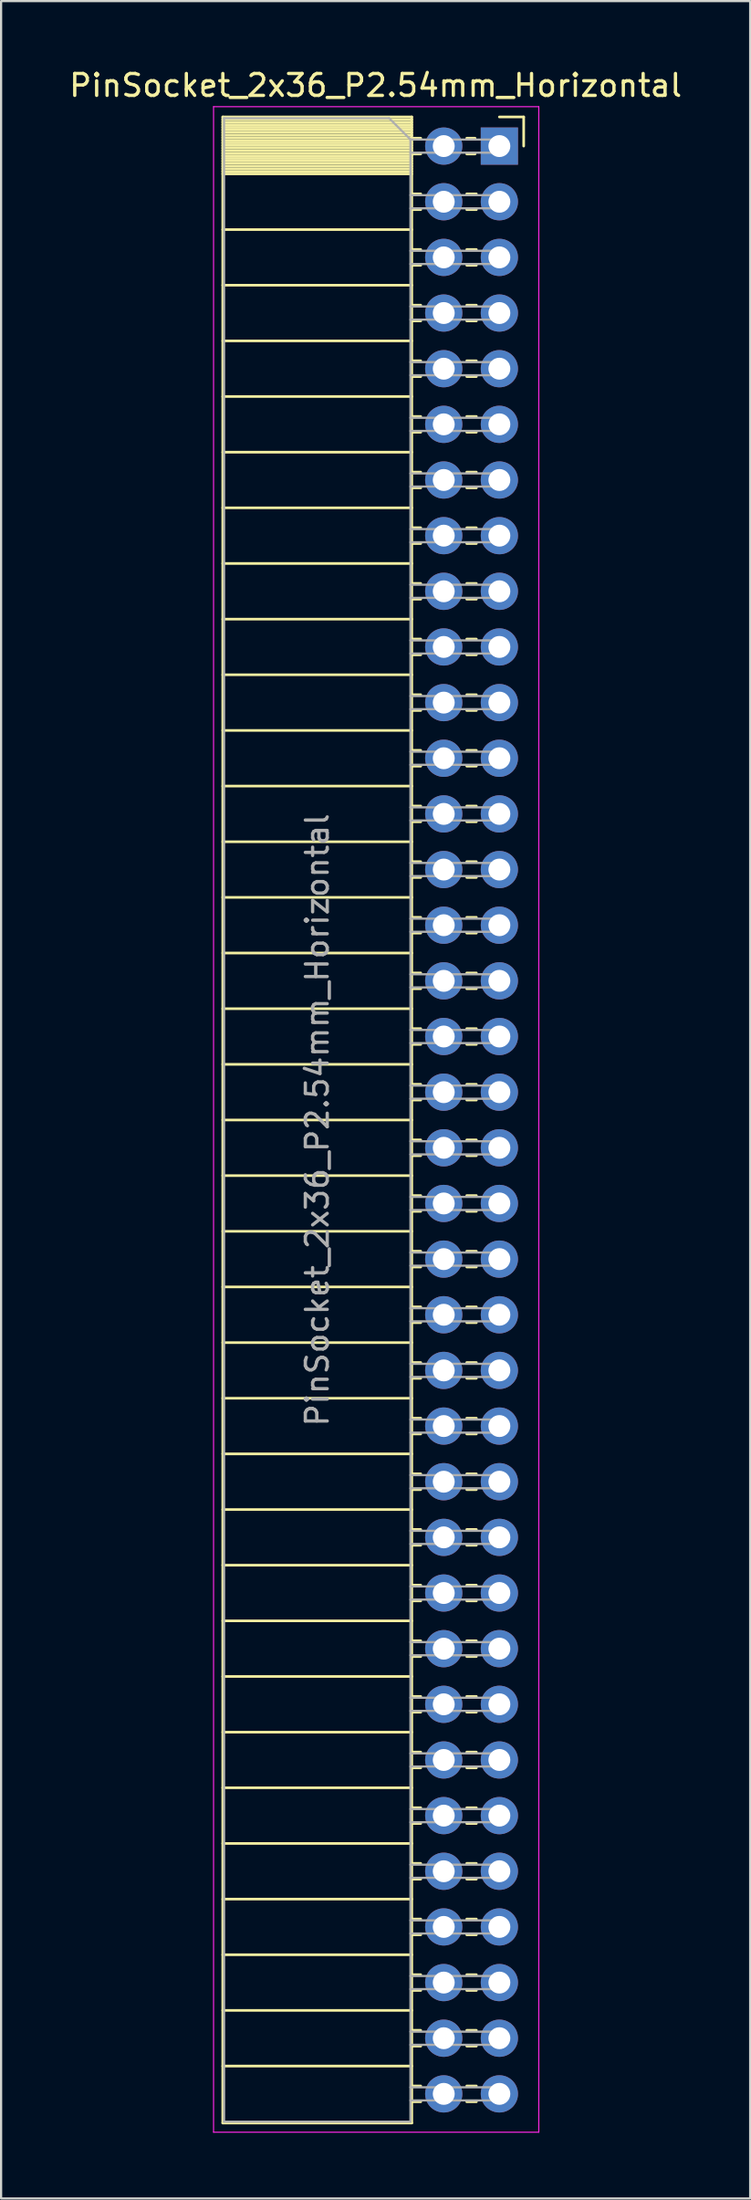
<source format=kicad_pcb>
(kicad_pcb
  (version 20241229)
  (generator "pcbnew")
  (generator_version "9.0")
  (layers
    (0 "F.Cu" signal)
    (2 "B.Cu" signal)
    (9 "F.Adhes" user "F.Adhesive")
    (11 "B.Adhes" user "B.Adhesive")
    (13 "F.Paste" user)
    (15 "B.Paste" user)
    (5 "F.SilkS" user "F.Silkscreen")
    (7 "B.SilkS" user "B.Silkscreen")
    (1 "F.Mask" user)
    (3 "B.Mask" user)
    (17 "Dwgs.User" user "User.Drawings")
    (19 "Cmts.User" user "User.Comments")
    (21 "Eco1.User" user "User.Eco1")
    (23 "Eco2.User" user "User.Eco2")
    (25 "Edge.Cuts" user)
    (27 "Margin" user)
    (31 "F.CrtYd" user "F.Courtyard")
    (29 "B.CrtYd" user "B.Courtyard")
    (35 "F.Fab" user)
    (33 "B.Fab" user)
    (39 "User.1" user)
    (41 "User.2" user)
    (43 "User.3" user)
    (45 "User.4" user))
  (footprint "PinSocket_2x36_P2.54mm_Horizontal"
    (layer "F.Cu")
    (at 19.751 3.618)
    (property "Reference" "PinSocket_2x36_P2.54mm_Horizontal" (at -5.65 -2.77 0) (layer "F.SilkS") (effects (font (size 1 1) (thickness 0.15))))
    (attr through_hole)
    (fp_line (start -12.63 -1.33) (end -12.63 90.23) (stroke (width 0.12) (type solid)) (layer "F.SilkS"))
    (fp_line (start -12.63 -1.33) (end -4 -1.33) (stroke (width 0.12) (type solid)) (layer "F.SilkS"))
    (fp_line (start -12.63 -1.21) (end -4 -1.21) (stroke (width 0.12) (type solid)) (layer "F.SilkS"))
    (fp_line (start -12.63 -1.092) (end -4 -1.092) (stroke (width 0.12) (type solid)) (layer "F.SilkS"))
    (fp_line (start -12.63 -0.974) (end -4 -0.974) (stroke (width 0.12) (type solid)) (layer "F.SilkS"))
    (fp_line (start -12.63 -0.856) (end -4 -0.856) (stroke (width 0.12) (type solid)) (layer "F.SilkS"))
    (fp_line (start -12.63 -0.738) (end -4 -0.738) (stroke (width 0.12) (type solid)) (layer "F.SilkS"))
    (fp_line (start -12.63 -0.62) (end -4 -0.62) (stroke (width 0.12) (type solid)) (layer "F.SilkS"))
    (fp_line (start -12.63 -0.501) (end -4 -0.501) (stroke (width 0.12) (type solid)) (layer "F.SilkS"))
    (fp_line (start -12.63 -0.383) (end -4 -0.383) (stroke (width 0.12) (type solid)) (layer "F.SilkS"))
    (fp_line (start -12.63 -0.265) (end -4 -0.265) (stroke (width 0.12) (type solid)) (layer "F.SilkS"))
    (fp_line (start -12.63 -0.147) (end -4 -0.147) (stroke (width 0.12) (type solid)) (layer "F.SilkS"))
    (fp_line (start -12.63 -0.029) (end -4 -0.029) (stroke (width 0.12) (type solid)) (layer "F.SilkS"))
    (fp_line (start -12.63 0.089) (end -4 0.089) (stroke (width 0.12) (type solid)) (layer "F.SilkS"))
    (fp_line (start -12.63 0.207) (end -4 0.207) (stroke (width 0.12) (type solid)) (layer "F.SilkS"))
    (fp_line (start -12.63 0.325) (end -4 0.325) (stroke (width 0.12) (type solid)) (layer "F.SilkS"))
    (fp_line (start -12.63 0.443) (end -4 0.443) (stroke (width 0.12) (type solid)) (layer "F.SilkS"))
    (fp_line (start -12.63 0.561) (end -4 0.561) (stroke (width 0.12) (type solid)) (layer "F.SilkS"))
    (fp_line (start -12.63 0.68) (end -4 0.68) (stroke (width 0.12) (type solid)) (layer "F.SilkS"))
    (fp_line (start -12.63 0.798) (end -4 0.798) (stroke (width 0.12) (type solid)) (layer "F.SilkS"))
    (fp_line (start -12.63 0.916) (end -4 0.916) (stroke (width 0.12) (type solid)) (layer "F.SilkS"))
    (fp_line (start -12.63 1.034) (end -4 1.034) (stroke (width 0.12) (type solid)) (layer "F.SilkS"))
    (fp_line (start -12.63 1.152) (end -4 1.152) (stroke (width 0.12) (type solid)) (layer "F.SilkS"))
    (fp_line (start -12.63 1.27) (end -4 1.27) (stroke (width 0.12) (type solid)) (layer "F.SilkS"))
    (fp_line (start -12.63 3.81) (end -4 3.81) (stroke (width 0.12) (type solid)) (layer "F.SilkS"))
    (fp_line (start -12.63 6.35) (end -4 6.35) (stroke (width 0.12) (type solid)) (layer "F.SilkS"))
    (fp_line (start -12.63 8.89) (end -4 8.89) (stroke (width 0.12) (type solid)) (layer "F.SilkS"))
    (fp_line (start -12.63 11.43) (end -4 11.43) (stroke (width 0.12) (type solid)) (layer "F.SilkS"))
    (fp_line (start -12.63 13.97) (end -4 13.97) (stroke (width 0.12) (type solid)) (layer "F.SilkS"))
    (fp_line (start -12.63 16.51) (end -4 16.51) (stroke (width 0.12) (type solid)) (layer "F.SilkS"))
    (fp_line (start -12.63 19.05) (end -4 19.05) (stroke (width 0.12) (type solid)) (layer "F.SilkS"))
    (fp_line (start -12.63 21.59) (end -4 21.59) (stroke (width 0.12) (type solid)) (layer "F.SilkS"))
    (fp_line (start -12.63 24.13) (end -4 24.13) (stroke (width 0.12) (type solid)) (layer "F.SilkS"))
    (fp_line (start -12.63 26.67) (end -4 26.67) (stroke (width 0.12) (type solid)) (layer "F.SilkS"))
    (fp_line (start -12.63 29.21) (end -4 29.21) (stroke (width 0.12) (type solid)) (layer "F.SilkS"))
    (fp_line (start -12.63 31.75) (end -4 31.75) (stroke (width 0.12) (type solid)) (layer "F.SilkS"))
    (fp_line (start -12.63 34.29) (end -4 34.29) (stroke (width 0.12) (type solid)) (layer "F.SilkS"))
    (fp_line (start -12.63 36.83) (end -4 36.83) (stroke (width 0.12) (type solid)) (layer "F.SilkS"))
    (fp_line (start -12.63 39.37) (end -4 39.37) (stroke (width 0.12) (type solid)) (layer "F.SilkS"))
    (fp_line (start -12.63 41.91) (end -4 41.91) (stroke (width 0.12) (type solid)) (layer "F.SilkS"))
    (fp_line (start -12.63 44.45) (end -4 44.45) (stroke (width 0.12) (type solid)) (layer "F.SilkS"))
    (fp_line (start -12.63 46.99) (end -4 46.99) (stroke (width 0.12) (type solid)) (layer "F.SilkS"))
    (fp_line (start -12.63 49.53) (end -4 49.53) (stroke (width 0.12) (type solid)) (layer "F.SilkS"))
    (fp_line (start -12.63 52.07) (end -4 52.07) (stroke (width 0.12) (type solid)) (layer "F.SilkS"))
    (fp_line (start -12.63 54.61) (end -4 54.61) (stroke (width 0.12) (type solid)) (layer "F.SilkS"))
    (fp_line (start -12.63 57.15) (end -4 57.15) (stroke (width 0.12) (type solid)) (layer "F.SilkS"))
    (fp_line (start -12.63 59.69) (end -4 59.69) (stroke (width 0.12) (type solid)) (layer "F.SilkS"))
    (fp_line (start -12.63 62.23) (end -4 62.23) (stroke (width 0.12) (type solid)) (layer "F.SilkS"))
    (fp_line (start -12.63 64.77) (end -4 64.77) (stroke (width 0.12) (type solid)) (layer "F.SilkS"))
    (fp_line (start -12.63 67.31) (end -4 67.31) (stroke (width 0.12) (type solid)) (layer "F.SilkS"))
    (fp_line (start -12.63 69.85) (end -4 69.85) (stroke (width 0.12) (type solid)) (layer "F.SilkS"))
    (fp_line (start -12.63 72.39) (end -4 72.39) (stroke (width 0.12) (type solid)) (layer "F.SilkS"))
    (fp_line (start -12.63 74.93) (end -4 74.93) (stroke (width 0.12) (type solid)) (layer "F.SilkS"))
    (fp_line (start -12.63 77.47) (end -4 77.47) (stroke (width 0.12) (type solid)) (layer "F.SilkS"))
    (fp_line (start -12.63 80.01) (end -4 80.01) (stroke (width 0.12) (type solid)) (layer "F.SilkS"))
    (fp_line (start -12.63 82.55) (end -4 82.55) (stroke (width 0.12) (type solid)) (layer "F.SilkS"))
    (fp_line (start -12.63 85.09) (end -4 85.09) (stroke (width 0.12) (type solid)) (layer "F.SilkS"))
    (fp_line (start -12.63 87.63) (end -4 87.63) (stroke (width 0.12) (type solid)) (layer "F.SilkS"))
    (fp_line (start -12.63 90.23) (end -4 90.23) (stroke (width 0.12) (type solid)) (layer "F.SilkS"))
    (fp_line (start -4 -1.33) (end -4 90.23) (stroke (width 0.12) (type solid)) (layer "F.SilkS"))
    (fp_line (start -4 -0.36) (end -3.59 -0.36) (stroke (width 0.12) (type solid)) (layer "F.SilkS"))
    (fp_line (start -4 0.36) (end -3.59 0.36) (stroke (width 0.12) (type solid)) (layer "F.SilkS"))
    (fp_line (start -4 2.18) (end -3.59 2.18) (stroke (width 0.12) (type solid)) (layer "F.SilkS"))
    (fp_line (start -4 2.9) (end -3.59 2.9) (stroke (width 0.12) (type solid)) (layer "F.SilkS"))
    (fp_line (start -4 4.72) (end -3.59 4.72) (stroke (width 0.12) (type solid)) (layer "F.SilkS"))
    (fp_line (start -4 5.44) (end -3.59 5.44) (stroke (width 0.12) (type solid)) (layer "F.SilkS"))
    (fp_line (start -4 7.26) (end -3.59 7.26) (stroke (width 0.12) (type solid)) (layer "F.SilkS"))
    (fp_line (start -4 7.98) (end -3.59 7.98) (stroke (width 0.12) (type solid)) (layer "F.SilkS"))
    (fp_line (start -4 9.8) (end -3.59 9.8) (stroke (width 0.12) (type solid)) (layer "F.SilkS"))
    (fp_line (start -4 10.52) (end -3.59 10.52) (stroke (width 0.12) (type solid)) (layer "F.SilkS"))
    (fp_line (start -4 12.34) (end -3.59 12.34) (stroke (width 0.12) (type solid)) (layer "F.SilkS"))
    (fp_line (start -4 13.06) (end -3.59 13.06) (stroke (width 0.12) (type solid)) (layer "F.SilkS"))
    (fp_line (start -4 14.88) (end -3.59 14.88) (stroke (width 0.12) (type solid)) (layer "F.SilkS"))
    (fp_line (start -4 15.6) (end -3.59 15.6) (stroke (width 0.12) (type solid)) (layer "F.SilkS"))
    (fp_line (start -4 17.42) (end -3.59 17.42) (stroke (width 0.12) (type solid)) (layer "F.SilkS"))
    (fp_line (start -4 18.14) (end -3.59 18.14) (stroke (width 0.12) (type solid)) (layer "F.SilkS"))
    (fp_line (start -4 19.96) (end -3.59 19.96) (stroke (width 0.12) (type solid)) (layer "F.SilkS"))
    (fp_line (start -4 20.68) (end -3.59 20.68) (stroke (width 0.12) (type solid)) (layer "F.SilkS"))
    (fp_line (start -4 22.5) (end -3.59 22.5) (stroke (width 0.12) (type solid)) (layer "F.SilkS"))
    (fp_line (start -4 23.22) (end -3.59 23.22) (stroke (width 0.12) (type solid)) (layer "F.SilkS"))
    (fp_line (start -4 25.04) (end -3.59 25.04) (stroke (width 0.12) (type solid)) (layer "F.SilkS"))
    (fp_line (start -4 25.76) (end -3.59 25.76) (stroke (width 0.12) (type solid)) (layer "F.SilkS"))
    (fp_line (start -4 27.58) (end -3.59 27.58) (stroke (width 0.12) (type solid)) (layer "F.SilkS"))
    (fp_line (start -4 28.3) (end -3.59 28.3) (stroke (width 0.12) (type solid)) (layer "F.SilkS"))
    (fp_line (start -4 30.12) (end -3.59 30.12) (stroke (width 0.12) (type solid)) (layer "F.SilkS"))
    (fp_line (start -4 30.84) (end -3.59 30.84) (stroke (width 0.12) (type solid)) (layer "F.SilkS"))
    (fp_line (start -4 32.66) (end -3.59 32.66) (stroke (width 0.12) (type solid)) (layer "F.SilkS"))
    (fp_line (start -4 33.38) (end -3.59 33.38) (stroke (width 0.12) (type solid)) (layer "F.SilkS"))
    (fp_line (start -4 35.2) (end -3.59 35.2) (stroke (width 0.12) (type solid)) (layer "F.SilkS"))
    (fp_line (start -4 35.92) (end -3.59 35.92) (stroke (width 0.12) (type solid)) (layer "F.SilkS"))
    (fp_line (start -4 37.74) (end -3.59 37.74) (stroke (width 0.12) (type solid)) (layer "F.SilkS"))
    (fp_line (start -4 38.46) (end -3.59 38.46) (stroke (width 0.12) (type solid)) (layer "F.SilkS"))
    (fp_line (start -4 40.28) (end -3.59 40.28) (stroke (width 0.12) (type solid)) (layer "F.SilkS"))
    (fp_line (start -4 41) (end -3.59 41) (stroke (width 0.12) (type solid)) (layer "F.SilkS"))
    (fp_line (start -4 42.82) (end -3.59 42.82) (stroke (width 0.12) (type solid)) (layer "F.SilkS"))
    (fp_line (start -4 43.54) (end -3.59 43.54) (stroke (width 0.12) (type solid)) (layer "F.SilkS"))
    (fp_line (start -4 45.36) (end -3.59 45.36) (stroke (width 0.12) (type solid)) (layer "F.SilkS"))
    (fp_line (start -4 46.08) (end -3.59 46.08) (stroke (width 0.12) (type solid)) (layer "F.SilkS"))
    (fp_line (start -4 47.9) (end -3.59 47.9) (stroke (width 0.12) (type solid)) (layer "F.SilkS"))
    (fp_line (start -4 48.62) (end -3.59 48.62) (stroke (width 0.12) (type solid)) (layer "F.SilkS"))
    (fp_line (start -4 50.44) (end -3.59 50.44) (stroke (width 0.12) (type solid)) (layer "F.SilkS"))
    (fp_line (start -4 51.16) (end -3.59 51.16) (stroke (width 0.12) (type solid)) (layer "F.SilkS"))
    (fp_line (start -4 52.98) (end -3.59 52.98) (stroke (width 0.12) (type solid)) (layer "F.SilkS"))
    (fp_line (start -4 53.7) (end -3.59 53.7) (stroke (width 0.12) (type solid)) (layer "F.SilkS"))
    (fp_line (start -4 55.52) (end -3.59 55.52) (stroke (width 0.12) (type solid)) (layer "F.SilkS"))
    (fp_line (start -4 56.24) (end -3.59 56.24) (stroke (width 0.12) (type solid)) (layer "F.SilkS"))
    (fp_line (start -4 58.06) (end -3.59 58.06) (stroke (width 0.12) (type solid)) (layer "F.SilkS"))
    (fp_line (start -4 58.78) (end -3.59 58.78) (stroke (width 0.12) (type solid)) (layer "F.SilkS"))
    (fp_line (start -4 60.6) (end -3.59 60.6) (stroke (width 0.12) (type solid)) (layer "F.SilkS"))
    (fp_line (start -4 61.32) (end -3.59 61.32) (stroke (width 0.12) (type solid)) (layer "F.SilkS"))
    (fp_line (start -4 63.14) (end -3.59 63.14) (stroke (width 0.12) (type solid)) (layer "F.SilkS"))
    (fp_line (start -4 63.86) (end -3.59 63.86) (stroke (width 0.12) (type solid)) (layer "F.SilkS"))
    (fp_line (start -4 65.68) (end -3.59 65.68) (stroke (width 0.12) (type solid)) (layer "F.SilkS"))
    (fp_line (start -4 66.4) (end -3.59 66.4) (stroke (width 0.12) (type solid)) (layer "F.SilkS"))
    (fp_line (start -4 68.22) (end -3.59 68.22) (stroke (width 0.12) (type solid)) (layer "F.SilkS"))
    (fp_line (start -4 68.94) (end -3.59 68.94) (stroke (width 0.12) (type solid)) (layer "F.SilkS"))
    (fp_line (start -4 70.76) (end -3.59 70.76) (stroke (width 0.12) (type solid)) (layer "F.SilkS"))
    (fp_line (start -4 71.48) (end -3.59 71.48) (stroke (width 0.12) (type solid)) (layer "F.SilkS"))
    (fp_line (start -4 73.3) (end -3.59 73.3) (stroke (width 0.12) (type solid)) (layer "F.SilkS"))
    (fp_line (start -4 74.02) (end -3.59 74.02) (stroke (width 0.12) (type solid)) (layer "F.SilkS"))
    (fp_line (start -4 75.84) (end -3.59 75.84) (stroke (width 0.12) (type solid)) (layer "F.SilkS"))
    (fp_line (start -4 76.56) (end -3.59 76.56) (stroke (width 0.12) (type solid)) (layer "F.SilkS"))
    (fp_line (start -4 78.38) (end -3.59 78.38) (stroke (width 0.12) (type solid)) (layer "F.SilkS"))
    (fp_line (start -4 79.1) (end -3.59 79.1) (stroke (width 0.12) (type solid)) (layer "F.SilkS"))
    (fp_line (start -4 80.92) (end -3.59 80.92) (stroke (width 0.12) (type solid)) (layer "F.SilkS"))
    (fp_line (start -4 81.64) (end -3.59 81.64) (stroke (width 0.12) (type solid)) (layer "F.SilkS"))
    (fp_line (start -4 83.46) (end -3.59 83.46) (stroke (width 0.12) (type solid)) (layer "F.SilkS"))
    (fp_line (start -4 84.18) (end -3.59 84.18) (stroke (width 0.12) (type solid)) (layer "F.SilkS"))
    (fp_line (start -4 86) (end -3.59 86) (stroke (width 0.12) (type solid)) (layer "F.SilkS"))
    (fp_line (start -4 86.72) (end -3.59 86.72) (stroke (width 0.12) (type solid)) (layer "F.SilkS"))
    (fp_line (start -4 88.54) (end -3.59 88.54) (stroke (width 0.12) (type solid)) (layer "F.SilkS"))
    (fp_line (start -4 89.26) (end -3.59 89.26) (stroke (width 0.12) (type solid)) (layer "F.SilkS"))
    (fp_line (start -1.49 -0.36) (end -1.11 -0.36) (stroke (width 0.12) (type solid)) (layer "F.SilkS"))
    (fp_line (start -1.49 0.36) (end -1.11 0.36) (stroke (width 0.12) (type solid)) (layer "F.SilkS"))
    (fp_line (start -1.49 2.18) (end -1.05 2.18) (stroke (width 0.12) (type solid)) (layer "F.SilkS"))
    (fp_line (start -1.49 2.9) (end -1.05 2.9) (stroke (width 0.12) (type solid)) (layer "F.SilkS"))
    (fp_line (start -1.49 4.72) (end -1.05 4.72) (stroke (width 0.12) (type solid)) (layer "F.SilkS"))
    (fp_line (start -1.49 5.44) (end -1.05 5.44) (stroke (width 0.12) (type solid)) (layer "F.SilkS"))
    (fp_line (start -1.49 7.26) (end -1.05 7.26) (stroke (width 0.12) (type solid)) (layer "F.SilkS"))
    (fp_line (start -1.49 7.98) (end -1.05 7.98) (stroke (width 0.12) (type solid)) (layer "F.SilkS"))
    (fp_line (start -1.49 9.8) (end -1.05 9.8) (stroke (width 0.12) (type solid)) (layer "F.SilkS"))
    (fp_line (start -1.49 10.52) (end -1.05 10.52) (stroke (width 0.12) (type solid)) (layer "F.SilkS"))
    (fp_line (start -1.49 12.34) (end -1.05 12.34) (stroke (width 0.12) (type solid)) (layer "F.SilkS"))
    (fp_line (start -1.49 13.06) (end -1.05 13.06) (stroke (width 0.12) (type solid)) (layer "F.SilkS"))
    (fp_line (start -1.49 14.88) (end -1.05 14.88) (stroke (width 0.12) (type solid)) (layer "F.SilkS"))
    (fp_line (start -1.49 15.6) (end -1.05 15.6) (stroke (width 0.12) (type solid)) (layer "F.SilkS"))
    (fp_line (start -1.49 17.42) (end -1.05 17.42) (stroke (width 0.12) (type solid)) (layer "F.SilkS"))
    (fp_line (start -1.49 18.14) (end -1.05 18.14) (stroke (width 0.12) (type solid)) (layer "F.SilkS"))
    (fp_line (start -1.49 19.96) (end -1.05 19.96) (stroke (width 0.12) (type solid)) (layer "F.SilkS"))
    (fp_line (start -1.49 20.68) (end -1.05 20.68) (stroke (width 0.12) (type solid)) (layer "F.SilkS"))
    (fp_line (start -1.49 22.5) (end -1.05 22.5) (stroke (width 0.12) (type solid)) (layer "F.SilkS"))
    (fp_line (start -1.49 23.22) (end -1.05 23.22) (stroke (width 0.12) (type solid)) (layer "F.SilkS"))
    (fp_line (start -1.49 25.04) (end -1.05 25.04) (stroke (width 0.12) (type solid)) (layer "F.SilkS"))
    (fp_line (start -1.49 25.76) (end -1.05 25.76) (stroke (width 0.12) (type solid)) (layer "F.SilkS"))
    (fp_line (start -1.49 27.58) (end -1.05 27.58) (stroke (width 0.12) (type solid)) (layer "F.SilkS"))
    (fp_line (start -1.49 28.3) (end -1.05 28.3) (stroke (width 0.12) (type solid)) (layer "F.SilkS"))
    (fp_line (start -1.49 30.12) (end -1.05 30.12) (stroke (width 0.12) (type solid)) (layer "F.SilkS"))
    (fp_line (start -1.49 30.84) (end -1.05 30.84) (stroke (width 0.12) (type solid)) (layer "F.SilkS"))
    (fp_line (start -1.49 32.66) (end -1.05 32.66) (stroke (width 0.12) (type solid)) (layer "F.SilkS"))
    (fp_line (start -1.49 33.38) (end -1.05 33.38) (stroke (width 0.12) (type solid)) (layer "F.SilkS"))
    (fp_line (start -1.49 35.2) (end -1.05 35.2) (stroke (width 0.12) (type solid)) (layer "F.SilkS"))
    (fp_line (start -1.49 35.92) (end -1.05 35.92) (stroke (width 0.12) (type solid)) (layer "F.SilkS"))
    (fp_line (start -1.49 37.74) (end -1.05 37.74) (stroke (width 0.12) (type solid)) (layer "F.SilkS"))
    (fp_line (start -1.49 38.46) (end -1.05 38.46) (stroke (width 0.12) (type solid)) (layer "F.SilkS"))
    (fp_line (start -1.49 40.28) (end -1.05 40.28) (stroke (width 0.12) (type solid)) (layer "F.SilkS"))
    (fp_line (start -1.49 41) (end -1.05 41) (stroke (width 0.12) (type solid)) (layer "F.SilkS"))
    (fp_line (start -1.49 42.82) (end -1.05 42.82) (stroke (width 0.12) (type solid)) (layer "F.SilkS"))
    (fp_line (start -1.49 43.54) (end -1.05 43.54) (stroke (width 0.12) (type solid)) (layer "F.SilkS"))
    (fp_line (start -1.49 45.36) (end -1.05 45.36) (stroke (width 0.12) (type solid)) (layer "F.SilkS"))
    (fp_line (start -1.49 46.08) (end -1.05 46.08) (stroke (width 0.12) (type solid)) (layer "F.SilkS"))
    (fp_line (start -1.49 47.9) (end -1.05 47.9) (stroke (width 0.12) (type solid)) (layer "F.SilkS"))
    (fp_line (start -1.49 48.62) (end -1.05 48.62) (stroke (width 0.12) (type solid)) (layer "F.SilkS"))
    (fp_line (start -1.49 50.44) (end -1.05 50.44) (stroke (width 0.12) (type solid)) (layer "F.SilkS"))
    (fp_line (start -1.49 51.16) (end -1.05 51.16) (stroke (width 0.12) (type solid)) (layer "F.SilkS"))
    (fp_line (start -1.49 52.98) (end -1.05 52.98) (stroke (width 0.12) (type solid)) (layer "F.SilkS"))
    (fp_line (start -1.49 53.7) (end -1.05 53.7) (stroke (width 0.12) (type solid)) (layer "F.SilkS"))
    (fp_line (start -1.49 55.52) (end -1.05 55.52) (stroke (width 0.12) (type solid)) (layer "F.SilkS"))
    (fp_line (start -1.49 56.24) (end -1.05 56.24) (stroke (width 0.12) (type solid)) (layer "F.SilkS"))
    (fp_line (start -1.49 58.06) (end -1.05 58.06) (stroke (width 0.12) (type solid)) (layer "F.SilkS"))
    (fp_line (start -1.49 58.78) (end -1.05 58.78) (stroke (width 0.12) (type solid)) (layer "F.SilkS"))
    (fp_line (start -1.49 60.6) (end -1.05 60.6) (stroke (width 0.12) (type solid)) (layer "F.SilkS"))
    (fp_line (start -1.49 61.32) (end -1.05 61.32) (stroke (width 0.12) (type solid)) (layer "F.SilkS"))
    (fp_line (start -1.49 63.14) (end -1.05 63.14) (stroke (width 0.12) (type solid)) (layer "F.SilkS"))
    (fp_line (start -1.49 63.86) (end -1.05 63.86) (stroke (width 0.12) (type solid)) (layer "F.SilkS"))
    (fp_line (start -1.49 65.68) (end -1.05 65.68) (stroke (width 0.12) (type solid)) (layer "F.SilkS"))
    (fp_line (start -1.49 66.4) (end -1.05 66.4) (stroke (width 0.12) (type solid)) (layer "F.SilkS"))
    (fp_line (start -1.49 68.22) (end -1.05 68.22) (stroke (width 0.12) (type solid)) (layer "F.SilkS"))
    (fp_line (start -1.49 68.94) (end -1.05 68.94) (stroke (width 0.12) (type solid)) (layer "F.SilkS"))
    (fp_line (start -1.49 70.76) (end -1.05 70.76) (stroke (width 0.12) (type solid)) (layer "F.SilkS"))
    (fp_line (start -1.49 71.48) (end -1.05 71.48) (stroke (width 0.12) (type solid)) (layer "F.SilkS"))
    (fp_line (start -1.49 73.3) (end -1.05 73.3) (stroke (width 0.12) (type solid)) (layer "F.SilkS"))
    (fp_line (start -1.49 74.02) (end -1.05 74.02) (stroke (width 0.12) (type solid)) (layer "F.SilkS"))
    (fp_line (start -1.49 75.84) (end -1.05 75.84) (stroke (width 0.12) (type solid)) (layer "F.SilkS"))
    (fp_line (start -1.49 76.56) (end -1.05 76.56) (stroke (width 0.12) (type solid)) (layer "F.SilkS"))
    (fp_line (start -1.49 78.38) (end -1.05 78.38) (stroke (width 0.12) (type solid)) (layer "F.SilkS"))
    (fp_line (start -1.49 79.1) (end -1.05 79.1) (stroke (width 0.12) (type solid)) (layer "F.SilkS"))
    (fp_line (start -1.49 80.92) (end -1.05 80.92) (stroke (width 0.12) (type solid)) (layer "F.SilkS"))
    (fp_line (start -1.49 81.64) (end -1.05 81.64) (stroke (width 0.12) (type solid)) (layer "F.SilkS"))
    (fp_line (start -1.49 83.46) (end -1.05 83.46) (stroke (width 0.12) (type solid)) (layer "F.SilkS"))
    (fp_line (start -1.49 84.18) (end -1.05 84.18) (stroke (width 0.12) (type solid)) (layer "F.SilkS"))
    (fp_line (start -1.49 86) (end -1.05 86) (stroke (width 0.12) (type solid)) (layer "F.SilkS"))
    (fp_line (start -1.49 86.72) (end -1.05 86.72) (stroke (width 0.12) (type solid)) (layer "F.SilkS"))
    (fp_line (start -1.49 88.54) (end -1.05 88.54) (stroke (width 0.12) (type solid)) (layer "F.SilkS"))
    (fp_line (start -1.49 89.26) (end -1.05 89.26) (stroke (width 0.12) (type solid)) (layer "F.SilkS"))
    (fp_line (start 0 -1.33) (end 1.11 -1.33) (stroke (width 0.12) (type solid)) (layer "F.SilkS"))
    (fp_line (start 1.11 -1.33) (end 1.11 0) (stroke (width 0.12) (type solid)) (layer "F.SilkS"))
    (fp_line (start -13.05 -1.8) (end -13.05 90.65) (stroke (width 0.05) (type solid)) (layer "F.CrtYd"))
    (fp_line (start -13.05 90.65) (end 1.8 90.65) (stroke (width 0.05) (type solid)) (layer "F.CrtYd"))
    (fp_line (start 1.8 -1.8) (end -13.05 -1.8) (stroke (width 0.05) (type solid)) (layer "F.CrtYd"))
    (fp_line (start 1.8 90.65) (end 1.8 -1.8) (stroke (width 0.05) (type solid)) (layer "F.CrtYd"))
    (fp_line (start -12.57 -1.27) (end -5.03 -1.27) (stroke (width 0.1) (type solid)) (layer "F.Fab"))
    (fp_line (start -12.57 90.17) (end -12.57 -1.27) (stroke (width 0.1) (type solid)) (layer "F.Fab"))
    (fp_line (start -5.03 -1.27) (end -4.06 -0.3) (stroke (width 0.1) (type solid)) (layer "F.Fab"))
    (fp_line (start -4.06 -0.3) (end -4.06 90.17) (stroke (width 0.1) (type solid)) (layer "F.Fab"))
    (fp_line (start -4.06 0.3) (end 0 0.3) (stroke (width 0.1) (type solid)) (layer "F.Fab"))
    (fp_line (start -4.06 2.84) (end 0 2.84) (stroke (width 0.1) (type solid)) (layer "F.Fab"))
    (fp_line (start -4.06 5.38) (end 0 5.38) (stroke (width 0.1) (type solid)) (layer "F.Fab"))
    (fp_line (start -4.06 7.92) (end 0 7.92) (stroke (width 0.1) (type solid)) (layer "F.Fab"))
    (fp_line (start -4.06 10.46) (end 0 10.46) (stroke (width 0.1) (type solid)) (layer "F.Fab"))
    (fp_line (start -4.06 13) (end 0 13) (stroke (width 0.1) (type solid)) (layer "F.Fab"))
    (fp_line (start -4.06 15.54) (end 0 15.54) (stroke (width 0.1) (type solid)) (layer "F.Fab"))
    (fp_line (start -4.06 18.08) (end 0 18.08) (stroke (width 0.1) (type solid)) (layer "F.Fab"))
    (fp_line (start -4.06 20.62) (end 0 20.62) (stroke (width 0.1) (type solid)) (layer "F.Fab"))
    (fp_line (start -4.06 23.16) (end 0 23.16) (stroke (width 0.1) (type solid)) (layer "F.Fab"))
    (fp_line (start -4.06 25.7) (end 0 25.7) (stroke (width 0.1) (type solid)) (layer "F.Fab"))
    (fp_line (start -4.06 28.24) (end 0 28.24) (stroke (width 0.1) (type solid)) (layer "F.Fab"))
    (fp_line (start -4.06 30.78) (end 0 30.78) (stroke (width 0.1) (type solid)) (layer "F.Fab"))
    (fp_line (start -4.06 33.32) (end 0 33.32) (stroke (width 0.1) (type solid)) (layer "F.Fab"))
    (fp_line (start -4.06 35.86) (end 0 35.86) (stroke (width 0.1) (type solid)) (layer "F.Fab"))
    (fp_line (start -4.06 38.4) (end 0 38.4) (stroke (width 0.1) (type solid)) (layer "F.Fab"))
    (fp_line (start -4.06 40.94) (end 0 40.94) (stroke (width 0.1) (type solid)) (layer "F.Fab"))
    (fp_line (start -4.06 43.48) (end 0 43.48) (stroke (width 0.1) (type solid)) (layer "F.Fab"))
    (fp_line (start -4.06 46.02) (end 0 46.02) (stroke (width 0.1) (type solid)) (layer "F.Fab"))
    (fp_line (start -4.06 48.56) (end 0 48.56) (stroke (width 0.1) (type solid)) (layer "F.Fab"))
    (fp_line (start -4.06 51.1) (end 0 51.1) (stroke (width 0.1) (type solid)) (layer "F.Fab"))
    (fp_line (start -4.06 53.64) (end 0 53.64) (stroke (width 0.1) (type solid)) (layer "F.Fab"))
    (fp_line (start -4.06 56.18) (end 0 56.18) (stroke (width 0.1) (type solid)) (layer "F.Fab"))
    (fp_line (start -4.06 58.72) (end 0 58.72) (stroke (width 0.1) (type solid)) (layer "F.Fab"))
    (fp_line (start -4.06 61.26) (end 0 61.26) (stroke (width 0.1) (type solid)) (layer "F.Fab"))
    (fp_line (start -4.06 63.8) (end 0 63.8) (stroke (width 0.1) (type solid)) (layer "F.Fab"))
    (fp_line (start -4.06 66.34) (end 0 66.34) (stroke (width 0.1) (type solid)) (layer "F.Fab"))
    (fp_line (start -4.06 68.88) (end 0 68.88) (stroke (width 0.1) (type solid)) (layer "F.Fab"))
    (fp_line (start -4.06 71.42) (end 0 71.42) (stroke (width 0.1) (type solid)) (layer "F.Fab"))
    (fp_line (start -4.06 73.96) (end 0 73.96) (stroke (width 0.1) (type solid)) (layer "F.Fab"))
    (fp_line (start -4.06 76.5) (end 0 76.5) (stroke (width 0.1) (type solid)) (layer "F.Fab"))
    (fp_line (start -4.06 79.04) (end 0 79.04) (stroke (width 0.1) (type solid)) (layer "F.Fab"))
    (fp_line (start -4.06 81.58) (end 0 81.58) (stroke (width 0.1) (type solid)) (layer "F.Fab"))
    (fp_line (start -4.06 84.12) (end 0 84.12) (stroke (width 0.1) (type solid)) (layer "F.Fab"))
    (fp_line (start -4.06 86.66) (end 0 86.66) (stroke (width 0.1) (type solid)) (layer "F.Fab"))
    (fp_line (start -4.06 89.2) (end 0 89.2) (stroke (width 0.1) (type solid)) (layer "F.Fab"))
    (fp_line (start -4.06 90.17) (end -12.57 90.17) (stroke (width 0.1) (type solid)) (layer "F.Fab"))
    (fp_line (start 0 -0.3) (end -4.06 -0.3) (stroke (width 0.1) (type solid)) (layer "F.Fab"))
    (fp_line (start 0 0.3) (end 0 -0.3) (stroke (width 0.1) (type solid)) (layer "F.Fab"))
    (fp_line (start 0 2.24) (end -4.06 2.24) (stroke (width 0.1) (type solid)) (layer "F.Fab"))
    (fp_line (start 0 2.84) (end 0 2.24) (stroke (width 0.1) (type solid)) (layer "F.Fab"))
    (fp_line (start 0 4.78) (end -4.06 4.78) (stroke (width 0.1) (type solid)) (layer "F.Fab"))
    (fp_line (start 0 5.38) (end 0 4.78) (stroke (width 0.1) (type solid)) (layer "F.Fab"))
    (fp_line (start 0 7.32) (end -4.06 7.32) (stroke (width 0.1) (type solid)) (layer "F.Fab"))
    (fp_line (start 0 7.92) (end 0 7.32) (stroke (width 0.1) (type solid)) (layer "F.Fab"))
    (fp_line (start 0 9.86) (end -4.06 9.86) (stroke (width 0.1) (type solid)) (layer "F.Fab"))
    (fp_line (start 0 10.46) (end 0 9.86) (stroke (width 0.1) (type solid)) (layer "F.Fab"))
    (fp_line (start 0 12.4) (end -4.06 12.4) (stroke (width 0.1) (type solid)) (layer "F.Fab"))
    (fp_line (start 0 13) (end 0 12.4) (stroke (width 0.1) (type solid)) (layer "F.Fab"))
    (fp_line (start 0 14.94) (end -4.06 14.94) (stroke (width 0.1) (type solid)) (layer "F.Fab"))
    (fp_line (start 0 15.54) (end 0 14.94) (stroke (width 0.1) (type solid)) (layer "F.Fab"))
    (fp_line (start 0 17.48) (end -4.06 17.48) (stroke (width 0.1) (type solid)) (layer "F.Fab"))
    (fp_line (start 0 18.08) (end 0 17.48) (stroke (width 0.1) (type solid)) (layer "F.Fab"))
    (fp_line (start 0 20.02) (end -4.06 20.02) (stroke (width 0.1) (type solid)) (layer "F.Fab"))
    (fp_line (start 0 20.62) (end 0 20.02) (stroke (width 0.1) (type solid)) (layer "F.Fab"))
    (fp_line (start 0 22.56) (end -4.06 22.56) (stroke (width 0.1) (type solid)) (layer "F.Fab"))
    (fp_line (start 0 23.16) (end 0 22.56) (stroke (width 0.1) (type solid)) (layer "F.Fab"))
    (fp_line (start 0 25.1) (end -4.06 25.1) (stroke (width 0.1) (type solid)) (layer "F.Fab"))
    (fp_line (start 0 25.7) (end 0 25.1) (stroke (width 0.1) (type solid)) (layer "F.Fab"))
    (fp_line (start 0 27.64) (end -4.06 27.64) (stroke (width 0.1) (type solid)) (layer "F.Fab"))
    (fp_line (start 0 28.24) (end 0 27.64) (stroke (width 0.1) (type solid)) (layer "F.Fab"))
    (fp_line (start 0 30.18) (end -4.06 30.18) (stroke (width 0.1) (type solid)) (layer "F.Fab"))
    (fp_line (start 0 30.78) (end 0 30.18) (stroke (width 0.1) (type solid)) (layer "F.Fab"))
    (fp_line (start 0 32.72) (end -4.06 32.72) (stroke (width 0.1) (type solid)) (layer "F.Fab"))
    (fp_line (start 0 33.32) (end 0 32.72) (stroke (width 0.1) (type solid)) (layer "F.Fab"))
    (fp_line (start 0 35.26) (end -4.06 35.26) (stroke (width 0.1) (type solid)) (layer "F.Fab"))
    (fp_line (start 0 35.86) (end 0 35.26) (stroke (width 0.1) (type solid)) (layer "F.Fab"))
    (fp_line (start 0 37.8) (end -4.06 37.8) (stroke (width 0.1) (type solid)) (layer "F.Fab"))
    (fp_line (start 0 38.4) (end 0 37.8) (stroke (width 0.1) (type solid)) (layer "F.Fab"))
    (fp_line (start 0 40.34) (end -4.06 40.34) (stroke (width 0.1) (type solid)) (layer "F.Fab"))
    (fp_line (start 0 40.94) (end 0 40.34) (stroke (width 0.1) (type solid)) (layer "F.Fab"))
    (fp_line (start 0 42.88) (end -4.06 42.88) (stroke (width 0.1) (type solid)) (layer "F.Fab"))
    (fp_line (start 0 43.48) (end 0 42.88) (stroke (width 0.1) (type solid)) (layer "F.Fab"))
    (fp_line (start 0 45.42) (end -4.06 45.42) (stroke (width 0.1) (type solid)) (layer "F.Fab"))
    (fp_line (start 0 46.02) (end 0 45.42) (stroke (width 0.1) (type solid)) (layer "F.Fab"))
    (fp_line (start 0 47.96) (end -4.06 47.96) (stroke (width 0.1) (type solid)) (layer "F.Fab"))
    (fp_line (start 0 48.56) (end 0 47.96) (stroke (width 0.1) (type solid)) (layer "F.Fab"))
    (fp_line (start 0 50.5) (end -4.06 50.5) (stroke (width 0.1) (type solid)) (layer "F.Fab"))
    (fp_line (start 0 51.1) (end 0 50.5) (stroke (width 0.1) (type solid)) (layer "F.Fab"))
    (fp_line (start 0 53.04) (end -4.06 53.04) (stroke (width 0.1) (type solid)) (layer "F.Fab"))
    (fp_line (start 0 53.64) (end 0 53.04) (stroke (width 0.1) (type solid)) (layer "F.Fab"))
    (fp_line (start 0 55.58) (end -4.06 55.58) (stroke (width 0.1) (type solid)) (layer "F.Fab"))
    (fp_line (start 0 56.18) (end 0 55.58) (stroke (width 0.1) (type solid)) (layer "F.Fab"))
    (fp_line (start 0 58.12) (end -4.06 58.12) (stroke (width 0.1) (type solid)) (layer "F.Fab"))
    (fp_line (start 0 58.72) (end 0 58.12) (stroke (width 0.1) (type solid)) (layer "F.Fab"))
    (fp_line (start 0 60.66) (end -4.06 60.66) (stroke (width 0.1) (type solid)) (layer "F.Fab"))
    (fp_line (start 0 61.26) (end 0 60.66) (stroke (width 0.1) (type solid)) (layer "F.Fab"))
    (fp_line (start 0 63.2) (end -4.06 63.2) (stroke (width 0.1) (type solid)) (layer "F.Fab"))
    (fp_line (start 0 63.8) (end 0 63.2) (stroke (width 0.1) (type solid)) (layer "F.Fab"))
    (fp_line (start 0 65.74) (end -4.06 65.74) (stroke (width 0.1) (type solid)) (layer "F.Fab"))
    (fp_line (start 0 66.34) (end 0 65.74) (stroke (width 0.1) (type solid)) (layer "F.Fab"))
    (fp_line (start 0 68.28) (end -4.06 68.28) (stroke (width 0.1) (type solid)) (layer "F.Fab"))
    (fp_line (start 0 68.88) (end 0 68.28) (stroke (width 0.1) (type solid)) (layer "F.Fab"))
    (fp_line (start 0 70.82) (end -4.06 70.82) (stroke (width 0.1) (type solid)) (layer "F.Fab"))
    (fp_line (start 0 71.42) (end 0 70.82) (stroke (width 0.1) (type solid)) (layer "F.Fab"))
    (fp_line (start 0 73.36) (end -4.06 73.36) (stroke (width 0.1) (type solid)) (layer "F.Fab"))
    (fp_line (start 0 73.96) (end 0 73.36) (stroke (width 0.1) (type solid)) (layer "F.Fab"))
    (fp_line (start 0 75.9) (end -4.06 75.9) (stroke (width 0.1) (type solid)) (layer "F.Fab"))
    (fp_line (start 0 76.5) (end 0 75.9) (stroke (width 0.1) (type solid)) (layer "F.Fab"))
    (fp_line (start 0 78.44) (end -4.06 78.44) (stroke (width 0.1) (type solid)) (layer "F.Fab"))
    (fp_line (start 0 79.04) (end 0 78.44) (stroke (width 0.1) (type solid)) (layer "F.Fab"))
    (fp_line (start 0 80.98) (end -4.06 80.98) (stroke (width 0.1) (type solid)) (layer "F.Fab"))
    (fp_line (start 0 81.58) (end 0 80.98) (stroke (width 0.1) (type solid)) (layer "F.Fab"))
    (fp_line (start 0 83.52) (end -4.06 83.52) (stroke (width 0.1) (type solid)) (layer "F.Fab"))
    (fp_line (start 0 84.12) (end 0 83.52) (stroke (width 0.1) (type solid)) (layer "F.Fab"))
    (fp_line (start 0 86.06) (end -4.06 86.06) (stroke (width 0.1) (type solid)) (layer "F.Fab"))
    (fp_line (start 0 86.66) (end 0 86.06) (stroke (width 0.1) (type solid)) (layer "F.Fab"))
    (fp_line (start 0 88.6) (end -4.06 88.6) (stroke (width 0.1) (type solid)) (layer "F.Fab"))
    (fp_line (start 0 89.2) (end 0 88.6) (stroke (width 0.1) (type solid)) (layer "F.Fab"))
    (fp_text user "${REFERENCE}" (at -8.315 44.45 90) (layer "F.Fab") (effects (font (size 1 1) (thickness 0.15))))
    (pad "1" thru_hole rect (at 0 0) (size 1.7 1.7) (drill 1) (layers "*.Cu" "*.Mask"))
    (pad "2" thru_hole circle (at -2.54 0) (size 1.7 1.7) (drill 1) (layers "*.Cu" "*.Mask"))
    (pad "3" thru_hole circle (at 0 2.54) (size 1.7 1.7) (drill 1) (layers "*.Cu" "*.Mask"))
    (pad "4" thru_hole circle (at -2.54 2.54) (size 1.7 1.7) (drill 1) (layers "*.Cu" "*.Mask"))
    (pad "5" thru_hole circle (at 0 5.08) (size 1.7 1.7) (drill 1) (layers "*.Cu" "*.Mask"))
    (pad "6" thru_hole circle (at -2.54 5.08) (size 1.7 1.7) (drill 1) (layers "*.Cu" "*.Mask"))
    (pad "7" thru_hole circle (at 0 7.62) (size 1.7 1.7) (drill 1) (layers "*.Cu" "*.Mask"))
    (pad "8" thru_hole circle (at -2.54 7.62) (size 1.7 1.7) (drill 1) (layers "*.Cu" "*.Mask"))
    (pad "9" thru_hole circle (at 0 10.16) (size 1.7 1.7) (drill 1) (layers "*.Cu" "*.Mask"))
    (pad "10" thru_hole circle (at -2.54 10.16) (size 1.7 1.7) (drill 1) (layers "*.Cu" "*.Mask"))
    (pad "11" thru_hole circle (at 0 12.7) (size 1.7 1.7) (drill 1) (layers "*.Cu" "*.Mask"))
    (pad "12" thru_hole circle (at -2.54 12.7) (size 1.7 1.7) (drill 1) (layers "*.Cu" "*.Mask"))
    (pad "13" thru_hole circle (at 0 15.24) (size 1.7 1.7) (drill 1) (layers "*.Cu" "*.Mask"))
    (pad "14" thru_hole circle (at -2.54 15.24) (size 1.7 1.7) (drill 1) (layers "*.Cu" "*.Mask"))
    (pad "15" thru_hole circle (at 0 17.78) (size 1.7 1.7) (drill 1) (layers "*.Cu" "*.Mask"))
    (pad "16" thru_hole circle (at -2.54 17.78) (size 1.7 1.7) (drill 1) (layers "*.Cu" "*.Mask"))
    (pad "17" thru_hole circle (at 0 20.32) (size 1.7 1.7) (drill 1) (layers "*.Cu" "*.Mask"))
    (pad "18" thru_hole circle (at -2.54 20.32) (size 1.7 1.7) (drill 1) (layers "*.Cu" "*.Mask"))
    (pad "19" thru_hole circle (at 0 22.86) (size 1.7 1.7) (drill 1) (layers "*.Cu" "*.Mask"))
    (pad "20" thru_hole circle (at -2.54 22.86) (size 1.7 1.7) (drill 1) (layers "*.Cu" "*.Mask"))
    (pad "21" thru_hole circle (at 0 25.4) (size 1.7 1.7) (drill 1) (layers "*.Cu" "*.Mask"))
    (pad "22" thru_hole circle (at -2.54 25.4) (size 1.7 1.7) (drill 1) (layers "*.Cu" "*.Mask"))
    (pad "23" thru_hole circle (at 0 27.94) (size 1.7 1.7) (drill 1) (layers "*.Cu" "*.Mask"))
    (pad "24" thru_hole circle (at -2.54 27.94) (size 1.7 1.7) (drill 1) (layers "*.Cu" "*.Mask"))
    (pad "25" thru_hole circle (at 0 30.48) (size 1.7 1.7) (drill 1) (layers "*.Cu" "*.Mask"))
    (pad "26" thru_hole circle (at -2.54 30.48) (size 1.7 1.7) (drill 1) (layers "*.Cu" "*.Mask"))
    (pad "27" thru_hole circle (at 0 33.02) (size 1.7 1.7) (drill 1) (layers "*.Cu" "*.Mask"))
    (pad "28" thru_hole circle (at -2.54 33.02) (size 1.7 1.7) (drill 1) (layers "*.Cu" "*.Mask"))
    (pad "29" thru_hole circle (at 0 35.56) (size 1.7 1.7) (drill 1) (layers "*.Cu" "*.Mask"))
    (pad "30" thru_hole circle (at -2.54 35.56) (size 1.7 1.7) (drill 1) (layers "*.Cu" "*.Mask"))
    (pad "31" thru_hole circle (at 0 38.1) (size 1.7 1.7) (drill 1) (layers "*.Cu" "*.Mask"))
    (pad "32" thru_hole circle (at -2.54 38.1) (size 1.7 1.7) (drill 1) (layers "*.Cu" "*.Mask"))
    (pad "33" thru_hole circle (at 0 40.64) (size 1.7 1.7) (drill 1) (layers "*.Cu" "*.Mask"))
    (pad "34" thru_hole circle (at -2.54 40.64) (size 1.7 1.7) (drill 1) (layers "*.Cu" "*.Mask"))
    (pad "35" thru_hole circle (at 0 43.18) (size 1.7 1.7) (drill 1) (layers "*.Cu" "*.Mask"))
    (pad "36" thru_hole circle (at -2.54 43.18) (size 1.7 1.7) (drill 1) (layers "*.Cu" "*.Mask"))
    (pad "37" thru_hole circle (at 0 45.72) (size 1.7 1.7) (drill 1) (layers "*.Cu" "*.Mask"))
    (pad "38" thru_hole circle (at -2.54 45.72) (size 1.7 1.7) (drill 1) (layers "*.Cu" "*.Mask"))
    (pad "39" thru_hole circle (at 0 48.26) (size 1.7 1.7) (drill 1) (layers "*.Cu" "*.Mask"))
    (pad "40" thru_hole circle (at -2.54 48.26) (size 1.7 1.7) (drill 1) (layers "*.Cu" "*.Mask"))
    (pad "41" thru_hole circle (at 0 50.8) (size 1.7 1.7) (drill 1) (layers "*.Cu" "*.Mask"))
    (pad "42" thru_hole circle (at -2.54 50.8) (size 1.7 1.7) (drill 1) (layers "*.Cu" "*.Mask"))
    (pad "43" thru_hole circle (at 0 53.34) (size 1.7 1.7) (drill 1) (layers "*.Cu" "*.Mask"))
    (pad "44" thru_hole circle (at -2.54 53.34) (size 1.7 1.7) (drill 1) (layers "*.Cu" "*.Mask"))
    (pad "45" thru_hole circle (at 0 55.88) (size 1.7 1.7) (drill 1) (layers "*.Cu" "*.Mask"))
    (pad "46" thru_hole circle (at -2.54 55.88) (size 1.7 1.7) (drill 1) (layers "*.Cu" "*.Mask"))
    (pad "47" thru_hole circle (at 0 58.42) (size 1.7 1.7) (drill 1) (layers "*.Cu" "*.Mask"))
    (pad "48" thru_hole circle (at -2.54 58.42) (size 1.7 1.7) (drill 1) (layers "*.Cu" "*.Mask"))
    (pad "49" thru_hole circle (at 0 60.96) (size 1.7 1.7) (drill 1) (layers "*.Cu" "*.Mask"))
    (pad "50" thru_hole circle (at -2.54 60.96) (size 1.7 1.7) (drill 1) (layers "*.Cu" "*.Mask"))
    (pad "51" thru_hole circle (at 0 63.5) (size 1.7 1.7) (drill 1) (layers "*.Cu" "*.Mask"))
    (pad "52" thru_hole circle (at -2.54 63.5) (size 1.7 1.7) (drill 1) (layers "*.Cu" "*.Mask"))
    (pad "53" thru_hole circle (at 0 66.04) (size 1.7 1.7) (drill 1) (layers "*.Cu" "*.Mask"))
    (pad "54" thru_hole circle (at -2.54 66.04) (size 1.7 1.7) (drill 1) (layers "*.Cu" "*.Mask"))
    (pad "55" thru_hole circle (at 0 68.58) (size 1.7 1.7) (drill 1) (layers "*.Cu" "*.Mask"))
    (pad "56" thru_hole circle (at -2.54 68.58) (size 1.7 1.7) (drill 1) (layers "*.Cu" "*.Mask"))
    (pad "57" thru_hole circle (at 0 71.12) (size 1.7 1.7) (drill 1) (layers "*.Cu" "*.Mask"))
    (pad "58" thru_hole circle (at -2.54 71.12) (size 1.7 1.7) (drill 1) (layers "*.Cu" "*.Mask"))
    (pad "59" thru_hole circle (at 0 73.66) (size 1.7 1.7) (drill 1) (layers "*.Cu" "*.Mask"))
    (pad "60" thru_hole circle (at -2.54 73.66) (size 1.7 1.7) (drill 1) (layers "*.Cu" "*.Mask"))
    (pad "61" thru_hole circle (at 0 76.2) (size 1.7 1.7) (drill 1) (layers "*.Cu" "*.Mask"))
    (pad "62" thru_hole circle (at -2.54 76.2) (size 1.7 1.7) (drill 1) (layers "*.Cu" "*.Mask"))
    (pad "63" thru_hole circle (at 0 78.74) (size 1.7 1.7) (drill 1) (layers "*.Cu" "*.Mask"))
    (pad "64" thru_hole circle (at -2.54 78.74) (size 1.7 1.7) (drill 1) (layers "*.Cu" "*.Mask"))
    (pad "65" thru_hole circle (at 0 81.28) (size 1.7 1.7) (drill 1) (layers "*.Cu" "*.Mask"))
    (pad "66" thru_hole circle (at -2.54 81.28) (size 1.7 1.7) (drill 1) (layers "*.Cu" "*.Mask"))
    (pad "67" thru_hole circle (at 0 83.82) (size 1.7 1.7) (drill 1) (layers "*.Cu" "*.Mask"))
    (pad "68" thru_hole circle (at -2.54 83.82) (size 1.7 1.7) (drill 1) (layers "*.Cu" "*.Mask"))
    (pad "69" thru_hole circle (at 0 86.36) (size 1.7 1.7) (drill 1) (layers "*.Cu" "*.Mask"))
    (pad "70" thru_hole circle (at -2.54 86.36) (size 1.7 1.7) (drill 1) (layers "*.Cu" "*.Mask"))
    (pad "71" thru_hole circle (at 0 88.9) (size 1.7 1.7) (drill 1) (layers "*.Cu" "*.Mask"))
    (pad "72" thru_hole circle (at -2.54 88.9) (size 1.7 1.7) (drill 1) (layers "*.Cu" "*.Mask")))
  (gr_rect
    (start -3 -3)
    (end 31.202 97.293)
    (stroke (width 0.1) (type default))
    (fill no)
    (layer "Edge.Cuts")))
</source>
